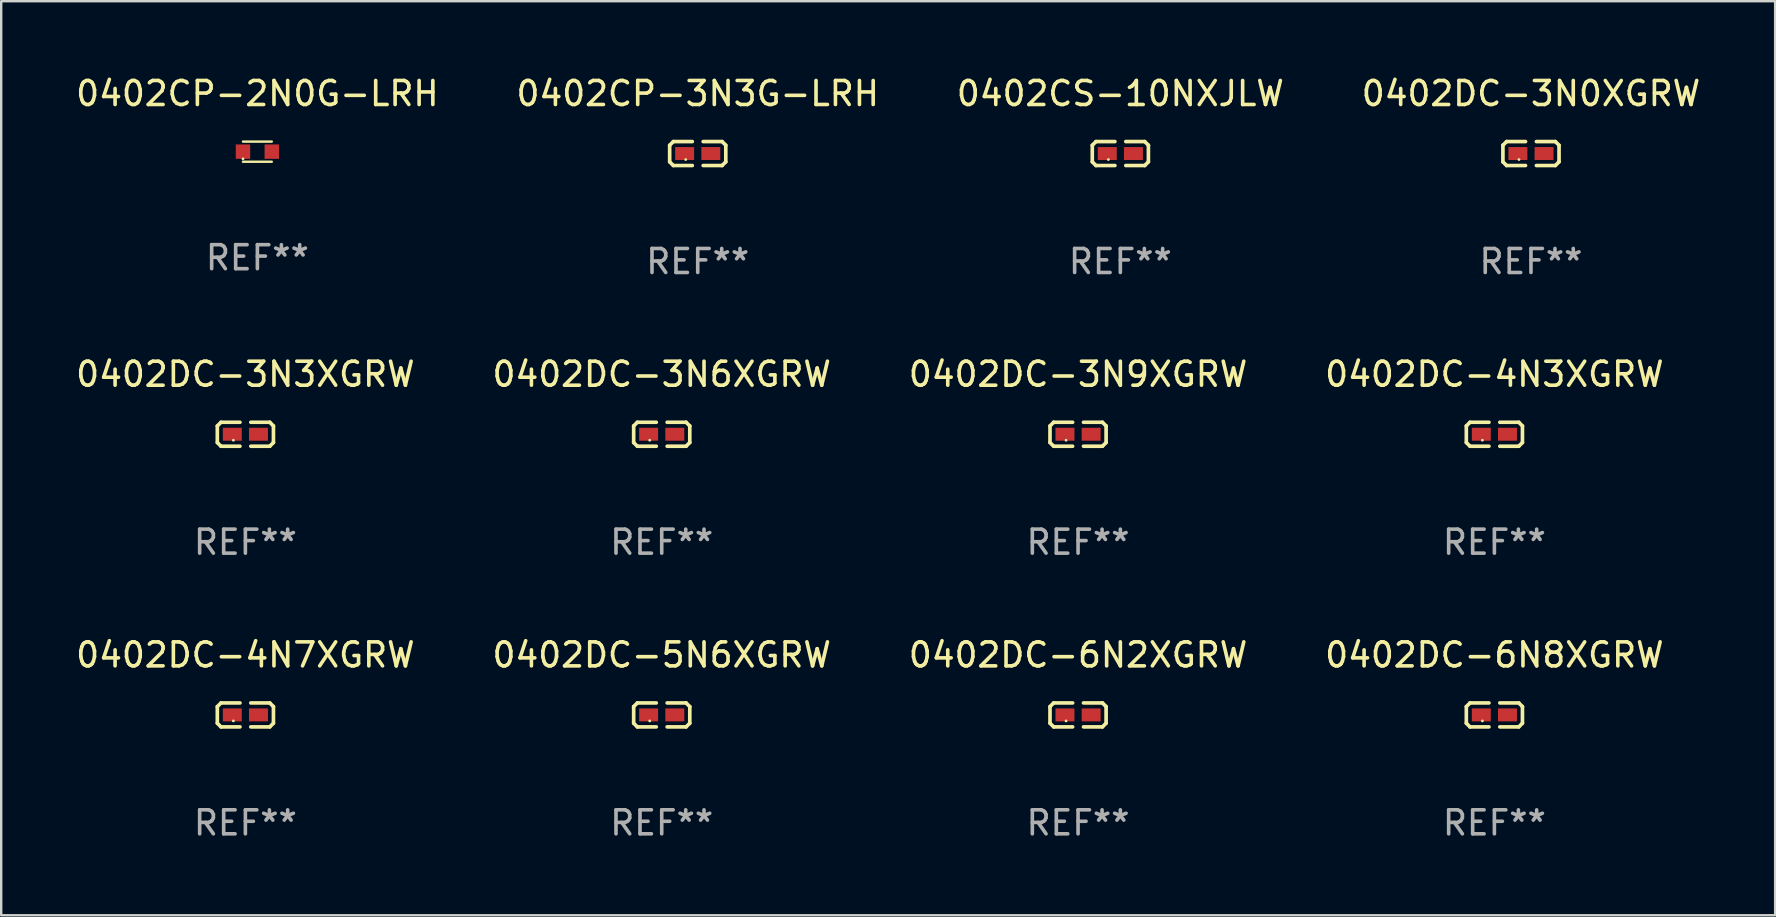
<source format=kicad_pcb>
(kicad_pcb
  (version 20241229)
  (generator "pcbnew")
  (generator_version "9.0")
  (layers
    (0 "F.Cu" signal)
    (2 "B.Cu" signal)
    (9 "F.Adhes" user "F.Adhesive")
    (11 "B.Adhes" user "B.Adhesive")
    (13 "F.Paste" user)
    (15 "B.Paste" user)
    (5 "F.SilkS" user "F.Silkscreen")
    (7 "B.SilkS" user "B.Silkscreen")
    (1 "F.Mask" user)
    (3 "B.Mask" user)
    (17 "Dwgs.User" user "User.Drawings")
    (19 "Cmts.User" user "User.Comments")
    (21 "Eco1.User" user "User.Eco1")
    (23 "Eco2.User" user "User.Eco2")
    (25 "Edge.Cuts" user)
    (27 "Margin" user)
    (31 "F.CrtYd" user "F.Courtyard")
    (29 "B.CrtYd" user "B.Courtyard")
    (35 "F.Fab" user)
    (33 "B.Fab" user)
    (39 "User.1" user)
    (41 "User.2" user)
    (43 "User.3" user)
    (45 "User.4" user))
  (footprint "0402DC-4N3XGRW"
    (layer "F.Cu")
    (at 59.208 15.041)
    (property "Reference" "0402DC-4N3XGRW" (at 0 -2.499 0) (layer "F.SilkS") (effects (font (size 1 1) (thickness 0.15))))
    (attr through_hole)
    (fp_line (start -1.169 -0.346) (end -1.016 -0.499) (stroke (width 0.152) (type solid)) (layer "F.SilkS"))
    (fp_line (start -1.169 0.346) (end -1.169 -0.346) (stroke (width 0.152) (type solid)) (layer "F.SilkS"))
    (fp_line (start -1.016 -0.499) (end -0.226 -0.499) (stroke (width 0.152) (type solid)) (layer "F.SilkS"))
    (fp_line (start -1.016 0.499) (end -1.169 0.346) (stroke (width 0.152) (type solid)) (layer "F.SilkS"))
    (fp_line (start -0.226 0.499) (end -1.016 0.499) (stroke (width 0.152) (type solid)) (layer "F.SilkS"))
    (fp_line (start 0.226 0.499) (end 1.016 0.499) (stroke (width 0.152) (type solid)) (layer "F.SilkS"))
    (fp_line (start 1.016 -0.499) (end 0.226 -0.499) (stroke (width 0.152) (type solid)) (layer "F.SilkS"))
    (fp_line (start 1.016 0.499) (end 1.169 0.346) (stroke (width 0.152) (type solid)) (layer "F.SilkS"))
    (fp_line (start 1.169 -0.346) (end 1.016 -0.499) (stroke (width 0.152) (type solid)) (layer "F.SilkS"))
    (fp_line (start 1.169 0.346) (end 1.169 -0.346) (stroke (width 0.152) (type solid)) (layer "F.SilkS"))
    (fp_circle (center -0.5 0.25) (end -0.47 0.25) (stroke (width 0.06) (type solid)) (fill no) (layer "F.SilkS"))
    (fp_text user "REF**" (at 0 4.499 0) (layer "F.Fab") (effects (font (size 1 1) (thickness 0.15))))
    (pad "1" smd rect (at -0.545 0) (size 0.79 0.54) (layers "F.Cu" "F.Mask" "F.Paste"))
    (pad "2" smd rect (at 0.545 0) (size 0.79 0.54) (layers "F.Cu" "F.Mask" "F.Paste")))
  (footprint "0402CP-2N0G-LRH"
    (layer "F.Cu")
    (at 7.673 3.268)
    (property "Reference" "0402CP-2N0G-LRH" (at 0 -2.42 0) (layer "F.SilkS") (effects (font (size 1 1) (thickness 0.15))))
    (attr through_hole)
    (fp_line (start -0.6 -0.42) (end 0.6 -0.42) (stroke (width 0.1) (type solid)) (layer "F.SilkS"))
    (fp_line (start -0.6 0.42) (end 0.6 0.42) (stroke (width 0.1) (type solid)) (layer "F.SilkS"))
    (fp_circle (center -0.6 0.3) (end -0.57 0.3) (stroke (width 0.06) (type solid)) (fill no) (layer "F.SilkS"))
    (fp_text user "REF**" (at 0 4.42 0) (layer "F.Fab") (effects (font (size 1 1) (thickness 0.15))))
    (pad "1" smd rect (at -0.6 0) (size 0.6 0.6) (layers "F.Cu" "F.Mask" "F.Paste"))
    (pad "2" smd rect (at 0.6 0) (size 0.6 0.6) (layers "F.Cu" "F.Mask" "F.Paste")))
  (footprint "0402CP-3N3G-LRH"
    (layer "F.Cu")
    (at 26.018 3.347)
    (property "Reference" "0402CP-3N3G-LRH" (at 0 -2.499 0) (layer "F.SilkS") (effects (font (size 1 1) (thickness 0.15))))
    (attr through_hole)
    (fp_line (start -1.169 -0.346) (end -1.016 -0.499) (stroke (width 0.152) (type solid)) (layer "F.SilkS"))
    (fp_line (start -1.169 0.346) (end -1.169 -0.346) (stroke (width 0.152) (type solid)) (layer "F.SilkS"))
    (fp_line (start -1.016 -0.499) (end -0.226 -0.499) (stroke (width 0.152) (type solid)) (layer "F.SilkS"))
    (fp_line (start -1.016 0.499) (end -1.169 0.346) (stroke (width 0.152) (type solid)) (layer "F.SilkS"))
    (fp_line (start -0.226 0.499) (end -1.016 0.499) (stroke (width 0.152) (type solid)) (layer "F.SilkS"))
    (fp_line (start 0.226 0.499) (end 1.016 0.499) (stroke (width 0.152) (type solid)) (layer "F.SilkS"))
    (fp_line (start 1.016 -0.499) (end 0.226 -0.499) (stroke (width 0.152) (type solid)) (layer "F.SilkS"))
    (fp_line (start 1.016 0.499) (end 1.169 0.346) (stroke (width 0.152) (type solid)) (layer "F.SilkS"))
    (fp_line (start 1.169 -0.346) (end 1.016 -0.499) (stroke (width 0.152) (type solid)) (layer "F.SilkS"))
    (fp_line (start 1.169 0.346) (end 1.169 -0.346) (stroke (width 0.152) (type solid)) (layer "F.SilkS"))
    (fp_circle (center -0.5 0.25) (end -0.47 0.25) (stroke (width 0.06) (type solid)) (fill no) (layer "F.SilkS"))
    (fp_text user "REF**" (at 0 4.499 0) (layer "F.Fab") (effects (font (size 1 1) (thickness 0.15))))
    (pad "1" smd rect (at -0.545 0) (size 0.79 0.54) (layers "F.Cu" "F.Mask" "F.Paste"))
    (pad "2" smd rect (at 0.545 0) (size 0.79 0.54) (layers "F.Cu" "F.Mask" "F.Paste")))
  (footprint "0402DC-3N0XGRW"
    (layer "F.Cu")
    (at 60.732 3.347)
    (property "Reference" "0402DC-3N0XGRW" (at 0 -2.499 0) (layer "F.SilkS") (effects (font (size 1 1) (thickness 0.15))))
    (attr through_hole)
    (fp_line (start -1.169 -0.346) (end -1.016 -0.499) (stroke (width 0.152) (type solid)) (layer "F.SilkS"))
    (fp_line (start -1.169 0.346) (end -1.169 -0.346) (stroke (width 0.152) (type solid)) (layer "F.SilkS"))
    (fp_line (start -1.016 -0.499) (end -0.226 -0.499) (stroke (width 0.152) (type solid)) (layer "F.SilkS"))
    (fp_line (start -1.016 0.499) (end -1.169 0.346) (stroke (width 0.152) (type solid)) (layer "F.SilkS"))
    (fp_line (start -0.226 0.499) (end -1.016 0.499) (stroke (width 0.152) (type solid)) (layer "F.SilkS"))
    (fp_line (start 0.226 0.499) (end 1.016 0.499) (stroke (width 0.152) (type solid)) (layer "F.SilkS"))
    (fp_line (start 1.016 -0.499) (end 0.226 -0.499) (stroke (width 0.152) (type solid)) (layer "F.SilkS"))
    (fp_line (start 1.016 0.499) (end 1.169 0.346) (stroke (width 0.152) (type solid)) (layer "F.SilkS"))
    (fp_line (start 1.169 -0.346) (end 1.016 -0.499) (stroke (width 0.152) (type solid)) (layer "F.SilkS"))
    (fp_line (start 1.169 0.346) (end 1.169 -0.346) (stroke (width 0.152) (type solid)) (layer "F.SilkS"))
    (fp_circle (center -0.5 0.25) (end -0.47 0.25) (stroke (width 0.06) (type solid)) (fill no) (layer "F.SilkS"))
    (fp_text user "REF**" (at 0 4.499 0) (layer "F.Fab") (effects (font (size 1 1) (thickness 0.15))))
    (pad "1" smd rect (at -0.545 0) (size 0.79 0.54) (layers "F.Cu" "F.Mask" "F.Paste"))
    (pad "2" smd rect (at 0.545 0) (size 0.79 0.54) (layers "F.Cu" "F.Mask" "F.Paste")))
  (footprint "0402DC-5N6XGRW"
    (layer "F.Cu")
    (at 24.518 26.734)
    (property "Reference" "0402DC-5N6XGRW" (at 0 -2.499 0) (layer "F.SilkS") (effects (font (size 1 1) (thickness 0.15))))
    (attr through_hole)
    (fp_line (start -1.169 -0.346) (end -1.016 -0.499) (stroke (width 0.152) (type solid)) (layer "F.SilkS"))
    (fp_line (start -1.169 0.346) (end -1.169 -0.346) (stroke (width 0.152) (type solid)) (layer "F.SilkS"))
    (fp_line (start -1.016 -0.499) (end -0.226 -0.499) (stroke (width 0.152) (type solid)) (layer "F.SilkS"))
    (fp_line (start -1.016 0.499) (end -1.169 0.346) (stroke (width 0.152) (type solid)) (layer "F.SilkS"))
    (fp_line (start -0.226 0.499) (end -1.016 0.499) (stroke (width 0.152) (type solid)) (layer "F.SilkS"))
    (fp_line (start 0.226 0.499) (end 1.016 0.499) (stroke (width 0.152) (type solid)) (layer "F.SilkS"))
    (fp_line (start 1.016 -0.499) (end 0.226 -0.499) (stroke (width 0.152) (type solid)) (layer "F.SilkS"))
    (fp_line (start 1.016 0.499) (end 1.169 0.346) (stroke (width 0.152) (type solid)) (layer "F.SilkS"))
    (fp_line (start 1.169 -0.346) (end 1.016 -0.499) (stroke (width 0.152) (type solid)) (layer "F.SilkS"))
    (fp_line (start 1.169 0.346) (end 1.169 -0.346) (stroke (width 0.152) (type solid)) (layer "F.SilkS"))
    (fp_circle (center -0.5 0.25) (end -0.47 0.25) (stroke (width 0.06) (type solid)) (fill no) (layer "F.SilkS"))
    (fp_text user "REF**" (at 0 4.499 0) (layer "F.Fab") (effects (font (size 1 1) (thickness 0.15))))
    (pad "1" smd rect (at -0.545 0) (size 0.79 0.54) (layers "F.Cu" "F.Mask" "F.Paste"))
    (pad "2" smd rect (at 0.545 0) (size 0.79 0.54) (layers "F.Cu" "F.Mask" "F.Paste")))
  (footprint "0402CS-10NXJLW"
    (layer "F.Cu")
    (at 43.625 3.347)
    (property "Reference" "0402CS-10NXJLW" (at 0 -2.499 0) (layer "F.SilkS") (effects (font (size 1 1) (thickness 0.15))))
    (attr through_hole)
    (fp_line (start -1.169 -0.346) (end -1.016 -0.499) (stroke (width 0.152) (type solid)) (layer "F.SilkS"))
    (fp_line (start -1.169 0.346) (end -1.169 -0.346) (stroke (width 0.152) (type solid)) (layer "F.SilkS"))
    (fp_line (start -1.016 -0.499) (end -0.226 -0.499) (stroke (width 0.152) (type solid)) (layer "F.SilkS"))
    (fp_line (start -1.016 0.499) (end -1.169 0.346) (stroke (width 0.152) (type solid)) (layer "F.SilkS"))
    (fp_line (start -0.226 0.499) (end -1.016 0.499) (stroke (width 0.152) (type solid)) (layer "F.SilkS"))
    (fp_line (start 0.226 0.499) (end 1.016 0.499) (stroke (width 0.152) (type solid)) (layer "F.SilkS"))
    (fp_line (start 1.016 -0.499) (end 0.226 -0.499) (stroke (width 0.152) (type solid)) (layer "F.SilkS"))
    (fp_line (start 1.016 0.499) (end 1.169 0.346) (stroke (width 0.152) (type solid)) (layer "F.SilkS"))
    (fp_line (start 1.169 -0.346) (end 1.016 -0.499) (stroke (width 0.152) (type solid)) (layer "F.SilkS"))
    (fp_line (start 1.169 0.346) (end 1.169 -0.346) (stroke (width 0.152) (type solid)) (layer "F.SilkS"))
    (fp_circle (center -0.5 0.25) (end -0.47 0.25) (stroke (width 0.06) (type solid)) (fill no) (layer "F.SilkS"))
    (fp_text user "REF**" (at 0 4.499 0) (layer "F.Fab") (effects (font (size 1 1) (thickness 0.15))))
    (pad "1" smd rect (at -0.545 0) (size 0.79 0.54) (layers "F.Cu" "F.Mask" "F.Paste"))
    (pad "2" smd rect (at 0.545 0) (size 0.79 0.54) (layers "F.Cu" "F.Mask" "F.Paste")))
  (footprint "0402DC-3N6XGRW"
    (layer "F.Cu")
    (at 24.518 15.041)
    (property "Reference" "0402DC-3N6XGRW" (at 0 -2.499 0) (layer "F.SilkS") (effects (font (size 1 1) (thickness 0.15))))
    (attr through_hole)
    (fp_line (start -1.169 -0.346) (end -1.016 -0.499) (stroke (width 0.152) (type solid)) (layer "F.SilkS"))
    (fp_line (start -1.169 0.346) (end -1.169 -0.346) (stroke (width 0.152) (type solid)) (layer "F.SilkS"))
    (fp_line (start -1.016 -0.499) (end -0.226 -0.499) (stroke (width 0.152) (type solid)) (layer "F.SilkS"))
    (fp_line (start -1.016 0.499) (end -1.169 0.346) (stroke (width 0.152) (type solid)) (layer "F.SilkS"))
    (fp_line (start -0.226 0.499) (end -1.016 0.499) (stroke (width 0.152) (type solid)) (layer "F.SilkS"))
    (fp_line (start 0.226 0.499) (end 1.016 0.499) (stroke (width 0.152) (type solid)) (layer "F.SilkS"))
    (fp_line (start 1.016 -0.499) (end 0.226 -0.499) (stroke (width 0.152) (type solid)) (layer "F.SilkS"))
    (fp_line (start 1.016 0.499) (end 1.169 0.346) (stroke (width 0.152) (type solid)) (layer "F.SilkS"))
    (fp_line (start 1.169 -0.346) (end 1.016 -0.499) (stroke (width 0.152) (type solid)) (layer "F.SilkS"))
    (fp_line (start 1.169 0.346) (end 1.169 -0.346) (stroke (width 0.152) (type solid)) (layer "F.SilkS"))
    (fp_circle (center -0.5 0.25) (end -0.47 0.25) (stroke (width 0.06) (type solid)) (fill no) (layer "F.SilkS"))
    (fp_text user "REF**" (at 0 4.499 0) (layer "F.Fab") (effects (font (size 1 1) (thickness 0.15))))
    (pad "1" smd rect (at -0.545 0) (size 0.79 0.54) (layers "F.Cu" "F.Mask" "F.Paste"))
    (pad "2" smd rect (at 0.545 0) (size 0.79 0.54) (layers "F.Cu" "F.Mask" "F.Paste")))
  (footprint "0402DC-6N2XGRW"
    (layer "F.Cu")
    (at 41.863 26.734)
    (property "Reference" "0402DC-6N2XGRW" (at 0 -2.499 0) (layer "F.SilkS") (effects (font (size 1 1) (thickness 0.15))))
    (attr through_hole)
    (fp_line (start -1.169 -0.346) (end -1.016 -0.499) (stroke (width 0.152) (type solid)) (layer "F.SilkS"))
    (fp_line (start -1.169 0.346) (end -1.169 -0.346) (stroke (width 0.152) (type solid)) (layer "F.SilkS"))
    (fp_line (start -1.016 -0.499) (end -0.226 -0.499) (stroke (width 0.152) (type solid)) (layer "F.SilkS"))
    (fp_line (start -1.016 0.499) (end -1.169 0.346) (stroke (width 0.152) (type solid)) (layer "F.SilkS"))
    (fp_line (start -0.226 0.499) (end -1.016 0.499) (stroke (width 0.152) (type solid)) (layer "F.SilkS"))
    (fp_line (start 0.226 0.499) (end 1.016 0.499) (stroke (width 0.152) (type solid)) (layer "F.SilkS"))
    (fp_line (start 1.016 -0.499) (end 0.226 -0.499) (stroke (width 0.152) (type solid)) (layer "F.SilkS"))
    (fp_line (start 1.016 0.499) (end 1.169 0.346) (stroke (width 0.152) (type solid)) (layer "F.SilkS"))
    (fp_line (start 1.169 -0.346) (end 1.016 -0.499) (stroke (width 0.152) (type solid)) (layer "F.SilkS"))
    (fp_line (start 1.169 0.346) (end 1.169 -0.346) (stroke (width 0.152) (type solid)) (layer "F.SilkS"))
    (fp_circle (center -0.5 0.25) (end -0.47 0.25) (stroke (width 0.06) (type solid)) (fill no) (layer "F.SilkS"))
    (fp_text user "REF**" (at 0 4.499 0) (layer "F.Fab") (effects (font (size 1 1) (thickness 0.15))))
    (pad "1" smd rect (at -0.545 0) (size 0.79 0.54) (layers "F.Cu" "F.Mask" "F.Paste"))
    (pad "2" smd rect (at 0.545 0) (size 0.79 0.54) (layers "F.Cu" "F.Mask" "F.Paste")))
  (footprint "0402DC-6N8XGRW"
    (layer "F.Cu")
    (at 59.208 26.734)
    (property "Reference" "0402DC-6N8XGRW" (at 0 -2.499 0) (layer "F.SilkS") (effects (font (size 1 1) (thickness 0.15))))
    (attr through_hole)
    (fp_line (start -1.169 -0.346) (end -1.016 -0.499) (stroke (width 0.152) (type solid)) (layer "F.SilkS"))
    (fp_line (start -1.169 0.346) (end -1.169 -0.346) (stroke (width 0.152) (type solid)) (layer "F.SilkS"))
    (fp_line (start -1.016 -0.499) (end -0.226 -0.499) (stroke (width 0.152) (type solid)) (layer "F.SilkS"))
    (fp_line (start -1.016 0.499) (end -1.169 0.346) (stroke (width 0.152) (type solid)) (layer "F.SilkS"))
    (fp_line (start -0.226 0.499) (end -1.016 0.499) (stroke (width 0.152) (type solid)) (layer "F.SilkS"))
    (fp_line (start 0.226 0.499) (end 1.016 0.499) (stroke (width 0.152) (type solid)) (layer "F.SilkS"))
    (fp_line (start 1.016 -0.499) (end 0.226 -0.499) (stroke (width 0.152) (type solid)) (layer "F.SilkS"))
    (fp_line (start 1.016 0.499) (end 1.169 0.346) (stroke (width 0.152) (type solid)) (layer "F.SilkS"))
    (fp_line (start 1.169 -0.346) (end 1.016 -0.499) (stroke (width 0.152) (type solid)) (layer "F.SilkS"))
    (fp_line (start 1.169 0.346) (end 1.169 -0.346) (stroke (width 0.152) (type solid)) (layer "F.SilkS"))
    (fp_circle (center -0.5 0.25) (end -0.47 0.25) (stroke (width 0.06) (type solid)) (fill no) (layer "F.SilkS"))
    (fp_text user "REF**" (at 0 4.499 0) (layer "F.Fab") (effects (font (size 1 1) (thickness 0.15))))
    (pad "1" smd rect (at -0.545 0) (size 0.79 0.54) (layers "F.Cu" "F.Mask" "F.Paste"))
    (pad "2" smd rect (at 0.545 0) (size 0.79 0.54) (layers "F.Cu" "F.Mask" "F.Paste")))
  (footprint "0402DC-4N7XGRW"
    (layer "F.Cu")
    (at 7.173 26.734)
    (property "Reference" "0402DC-4N7XGRW" (at 0 -2.499 0) (layer "F.SilkS") (effects (font (size 1 1) (thickness 0.15))))
    (attr through_hole)
    (fp_line (start -1.169 -0.346) (end -1.016 -0.499) (stroke (width 0.152) (type solid)) (layer "F.SilkS"))
    (fp_line (start -1.169 0.346) (end -1.169 -0.346) (stroke (width 0.152) (type solid)) (layer "F.SilkS"))
    (fp_line (start -1.016 -0.499) (end -0.226 -0.499) (stroke (width 0.152) (type solid)) (layer "F.SilkS"))
    (fp_line (start -1.016 0.499) (end -1.169 0.346) (stroke (width 0.152) (type solid)) (layer "F.SilkS"))
    (fp_line (start -0.226 0.499) (end -1.016 0.499) (stroke (width 0.152) (type solid)) (layer "F.SilkS"))
    (fp_line (start 0.226 0.499) (end 1.016 0.499) (stroke (width 0.152) (type solid)) (layer "F.SilkS"))
    (fp_line (start 1.016 -0.499) (end 0.226 -0.499) (stroke (width 0.152) (type solid)) (layer "F.SilkS"))
    (fp_line (start 1.016 0.499) (end 1.169 0.346) (stroke (width 0.152) (type solid)) (layer "F.SilkS"))
    (fp_line (start 1.169 -0.346) (end 1.016 -0.499) (stroke (width 0.152) (type solid)) (layer "F.SilkS"))
    (fp_line (start 1.169 0.346) (end 1.169 -0.346) (stroke (width 0.152) (type solid)) (layer "F.SilkS"))
    (fp_circle (center -0.5 0.25) (end -0.47 0.25) (stroke (width 0.06) (type solid)) (fill no) (layer "F.SilkS"))
    (fp_text user "REF**" (at 0 4.499 0) (layer "F.Fab") (effects (font (size 1 1) (thickness 0.15))))
    (pad "1" smd rect (at -0.545 0) (size 0.79 0.54) (layers "F.Cu" "F.Mask" "F.Paste"))
    (pad "2" smd rect (at 0.545 0) (size 0.79 0.54) (layers "F.Cu" "F.Mask" "F.Paste")))
  (footprint "0402DC-3N3XGRW"
    (layer "F.Cu")
    (at 7.173 15.041)
    (property "Reference" "0402DC-3N3XGRW" (at 0 -2.499 0) (layer "F.SilkS") (effects (font (size 1 1) (thickness 0.15))))
    (attr through_hole)
    (fp_line (start -1.169 -0.346) (end -1.016 -0.499) (stroke (width 0.152) (type solid)) (layer "F.SilkS"))
    (fp_line (start -1.169 0.346) (end -1.169 -0.346) (stroke (width 0.152) (type solid)) (layer "F.SilkS"))
    (fp_line (start -1.016 -0.499) (end -0.226 -0.499) (stroke (width 0.152) (type solid)) (layer "F.SilkS"))
    (fp_line (start -1.016 0.499) (end -1.169 0.346) (stroke (width 0.152) (type solid)) (layer "F.SilkS"))
    (fp_line (start -0.226 0.499) (end -1.016 0.499) (stroke (width 0.152) (type solid)) (layer "F.SilkS"))
    (fp_line (start 0.226 0.499) (end 1.016 0.499) (stroke (width 0.152) (type solid)) (layer "F.SilkS"))
    (fp_line (start 1.016 -0.499) (end 0.226 -0.499) (stroke (width 0.152) (type solid)) (layer "F.SilkS"))
    (fp_line (start 1.016 0.499) (end 1.169 0.346) (stroke (width 0.152) (type solid)) (layer "F.SilkS"))
    (fp_line (start 1.169 -0.346) (end 1.016 -0.499) (stroke (width 0.152) (type solid)) (layer "F.SilkS"))
    (fp_line (start 1.169 0.346) (end 1.169 -0.346) (stroke (width 0.152) (type solid)) (layer "F.SilkS"))
    (fp_circle (center -0.5 0.25) (end -0.47 0.25) (stroke (width 0.06) (type solid)) (fill no) (layer "F.SilkS"))
    (fp_text user "REF**" (at 0 4.499 0) (layer "F.Fab") (effects (font (size 1 1) (thickness 0.15))))
    (pad "1" smd rect (at -0.545 0) (size 0.79 0.54) (layers "F.Cu" "F.Mask" "F.Paste"))
    (pad "2" smd rect (at 0.545 0) (size 0.79 0.54) (layers "F.Cu" "F.Mask" "F.Paste")))
  (footprint "0402DC-3N9XGRW"
    (layer "F.Cu")
    (at 41.863 15.041)
    (property "Reference" "0402DC-3N9XGRW" (at 0 -2.499 0) (layer "F.SilkS") (effects (font (size 1 1) (thickness 0.15))))
    (attr through_hole)
    (fp_line (start -1.169 -0.346) (end -1.016 -0.499) (stroke (width 0.152) (type solid)) (layer "F.SilkS"))
    (fp_line (start -1.169 0.346) (end -1.169 -0.346) (stroke (width 0.152) (type solid)) (layer "F.SilkS"))
    (fp_line (start -1.016 -0.499) (end -0.226 -0.499) (stroke (width 0.152) (type solid)) (layer "F.SilkS"))
    (fp_line (start -1.016 0.499) (end -1.169 0.346) (stroke (width 0.152) (type solid)) (layer "F.SilkS"))
    (fp_line (start -0.226 0.499) (end -1.016 0.499) (stroke (width 0.152) (type solid)) (layer "F.SilkS"))
    (fp_line (start 0.226 0.499) (end 1.016 0.499) (stroke (width 0.152) (type solid)) (layer "F.SilkS"))
    (fp_line (start 1.016 -0.499) (end 0.226 -0.499) (stroke (width 0.152) (type solid)) (layer "F.SilkS"))
    (fp_line (start 1.016 0.499) (end 1.169 0.346) (stroke (width 0.152) (type solid)) (layer "F.SilkS"))
    (fp_line (start 1.169 -0.346) (end 1.016 -0.499) (stroke (width 0.152) (type solid)) (layer "F.SilkS"))
    (fp_line (start 1.169 0.346) (end 1.169 -0.346) (stroke (width 0.152) (type solid)) (layer "F.SilkS"))
    (fp_circle (center -0.5 0.25) (end -0.47 0.25) (stroke (width 0.06) (type solid)) (fill no) (layer "F.SilkS"))
    (fp_text user "REF**" (at 0 4.499 0) (layer "F.Fab") (effects (font (size 1 1) (thickness 0.15))))
    (pad "1" smd rect (at -0.545 0) (size 0.79 0.54) (layers "F.Cu" "F.Mask" "F.Paste"))
    (pad "2" smd rect (at 0.545 0) (size 0.79 0.54) (layers "F.Cu" "F.Mask" "F.Paste")))
  (gr_rect
    (start -3 -3)
    (end 70.905 35.081)
    (stroke (width 0.1) (type default))
    (fill no)
    (layer "Edge.Cuts")))
</source>
